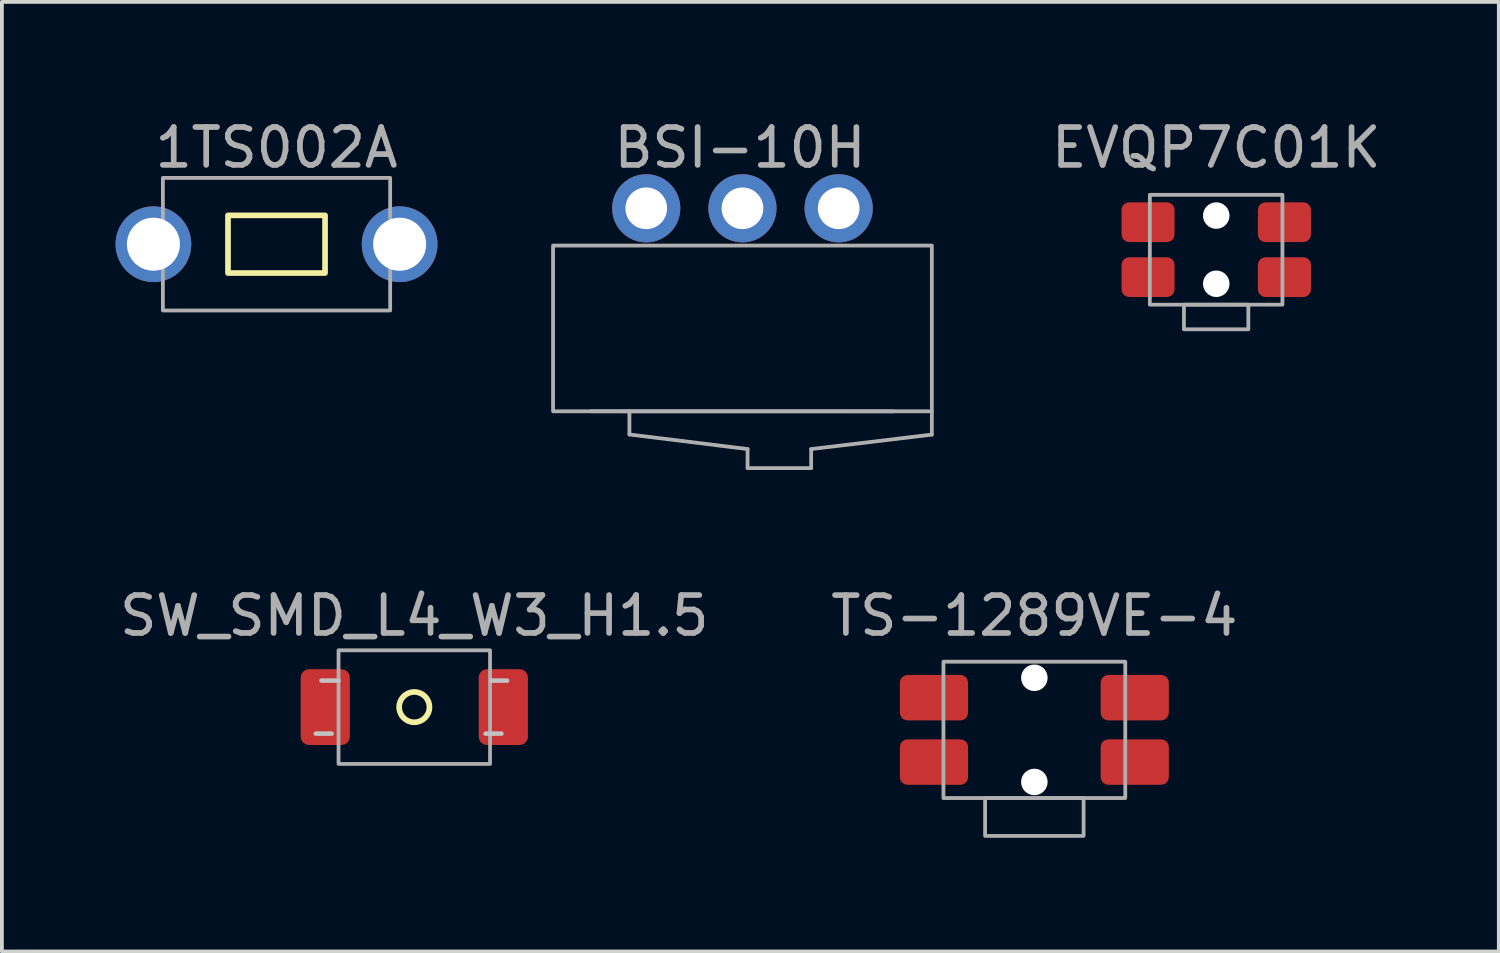
<source format=kicad_pcb>
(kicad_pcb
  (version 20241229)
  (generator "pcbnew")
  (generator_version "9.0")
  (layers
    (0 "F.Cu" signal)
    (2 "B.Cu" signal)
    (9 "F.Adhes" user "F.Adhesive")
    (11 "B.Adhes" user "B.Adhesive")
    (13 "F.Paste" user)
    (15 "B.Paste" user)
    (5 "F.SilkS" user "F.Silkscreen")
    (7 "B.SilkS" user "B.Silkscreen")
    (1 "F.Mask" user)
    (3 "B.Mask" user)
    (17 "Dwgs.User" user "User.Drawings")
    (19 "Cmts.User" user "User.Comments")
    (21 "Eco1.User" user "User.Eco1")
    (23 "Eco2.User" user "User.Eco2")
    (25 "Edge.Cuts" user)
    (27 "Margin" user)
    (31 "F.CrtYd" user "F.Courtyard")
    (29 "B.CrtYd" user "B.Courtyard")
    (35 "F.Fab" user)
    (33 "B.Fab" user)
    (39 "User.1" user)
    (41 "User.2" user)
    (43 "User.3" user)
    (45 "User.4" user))
  (footprint "SW_SMD_L4_W3_H1.5"
    (layer "F.Cu")
    (at 7.887 15.617)
    (property "Reference" "SW_SMD_L4_W3_H1.5" (at 0 -2.413 0) (layer "F.Fab") (effects (font (size 1 1) (thickness 0.15))))
    (attr through_hole)
    (fp_circle (center 0 0) (end 0.4 0) (stroke (width 0.15) (type solid)) (fill no) (layer "F.SilkS"))
    (fp_line (start -2.6 0.7) (end -2.182 0.7) (stroke (width 0.12) (type solid)) (layer "Dwgs.User"))
    (fp_line (start -2.45 -0.7) (end -2 -0.7) (stroke (width 0.12) (type solid)) (layer "Dwgs.User"))
    (fp_line (start 2.3 0.7) (end 1.882 0.7) (stroke (width 0.12) (type solid)) (layer "Dwgs.User"))
    (fp_line (start 2.45 -0.7) (end 2.032 -0.7) (stroke (width 0.12) (type solid)) (layer "Dwgs.User"))
    (fp_rect (start -2 -1.5) (end 2 1.5) (stroke (width 0.1) (type solid)) (fill no) (layer "F.Fab"))
    (pad "1" smd roundrect (at -2.35 0) (size 1.3 2) (layers "F.Cu" "F.Mask" "F.Paste") (roundrect_rratio 0.167))
    (pad "2" smd roundrect (at 2.35 0) (size 1.3 2) (layers "F.Cu" "F.Mask" "F.Paste") (roundrect_rratio 0.167)))
  (footprint "EVQP7C01K"
    (layer "F.Cu")
    (at 29.058 3.541)
    (property "Reference" "EVQP7C01K" (at 0 -2.692 0) (layer "F.Fab") (effects (font (size 1 1) (thickness 0.15))))
    (attr through_hole)
    (fp_rect (start -1.753 -1.448) (end 1.747 1.452) (stroke (width 0.1) (type solid)) (fill no) (layer "F.Fab"))
    (fp_rect (start -0.853 1.452) (end 0.847 2.102) (stroke (width 0.1) (type solid)) (fill no) (layer "F.Fab"))
    (pad "" np_thru_hole circle (at 0 -0.9) (size 0.7 0.7) (drill 0.7) (layers "*.Cu" "*.Mask"))
    (pad "" np_thru_hole circle (at 0 0.9) (size 0.7 0.7) (drill 0.7) (layers "*.Cu" "*.Mask"))
    (pad "1" smd roundrect (at -1.8 -0.725 90) (size 1.05 1.4) (layers "F.Cu" "F.Mask" "F.Paste") (roundrect_rratio 0.19))
    (pad "1" smd roundrect (at 1.8 -0.725 90) (size 1.05 1.4) (layers "F.Cu" "F.Mask" "F.Paste") (roundrect_rratio 0.19))
    (pad "2" smd roundrect (at -1.8 0.725 90) (size 1.05 1.4) (layers "F.Cu" "F.Mask" "F.Paste") (roundrect_rratio 0.19))
    (pad "2" smd roundrect (at 1.8 0.725 90) (size 1.05 1.4) (layers "F.Cu" "F.Mask" "F.Paste") (roundrect_rratio 0.19)))
  (footprint "TS-1289VE-4"
    (layer "F.Cu")
    (at 24.256 16.151)
    (property "Reference" "TS-1289VE-4" (at 0 -2.946 0) (unlocked yes) (layer "F.Fab") (effects (font (size 1 1) (thickness 0.15))))
    (attr through_hole)
    (fp_rect (start -2.4 -1.733) (end 2.4 1.867) (stroke (width 0.1) (type solid)) (fill no) (layer "F.Fab"))
    (fp_rect (start -1.3 1.867) (end 1.3 2.867) (stroke (width 0.1) (type solid)) (fill no) (layer "F.Fab"))
    (pad "" np_thru_hole circle (at 0 -1.308 180) (size 0.7 0.7) (drill 0.7) (layers "*.Cu" "*.Mask"))
    (pad "" np_thru_hole circle (at 0 1.442 180) (size 0.7 0.7) (drill 0.7) (layers "*.Cu" "*.Mask"))
    (pad "1" smd roundrect (at -2.65 -0.783 180) (size 1.8 1.2) (layers "F.Cu" "F.Mask" "F.Paste") (roundrect_rratio 0.167))
    (pad "1" smd roundrect (at 2.65 -0.783 180) (size 1.8 1.2) (layers "F.Cu" "F.Mask" "F.Paste") (roundrect_rratio 0.167))
    (pad "2" smd roundrect (at -2.65 0.917 180) (size 1.8 1.2) (layers "F.Cu" "F.Mask" "F.Paste") (roundrect_rratio 0.167))
    (pad "2" smd roundrect (at 2.65 0.917 180) (size 1.8 1.2) (layers "F.Cu" "F.Mask" "F.Paste") (roundrect_rratio 0.167)))
  (footprint "BSI-10H"
    (layer "F.Cu")
    (at 16.55 5.62)
    (property "Reference" "BSI-10H" (at -0.064 -4.771 0) (layer "F.Fab") (effects (font (size 1 1) (thickness 0.15))))
    (fp_line (start -3.992 2.187) (end 3.992 2.189) (stroke (width 0.1) (type default)) (layer "F.Fab"))
    (fp_line (start -2.984 2.8) (end -2.984 2.185) (stroke (width 0.1) (type solid)) (layer "F.Fab"))
    (fp_line (start 0.135 3.185) (end -2.984 2.8) (stroke (width 0.1) (type default)) (layer "F.Fab"))
    (fp_line (start 0.135 3.687) (end 0.135 3.185) (stroke (width 0.1) (type solid)) (layer "F.Fab"))
    (fp_line (start 1.814 3.687) (end 0.135 3.687) (stroke (width 0.1) (type solid)) (layer "F.Fab"))
    (fp_line (start 1.814 3.687) (end 1.814 3.185) (stroke (width 0.1) (type solid)) (layer "F.Fab"))
    (fp_line (start 5 2.803) (end 1.814 3.185) (stroke (width 0.1) (type default)) (layer "F.Fab"))
    (fp_line (start 5 2.803) (end 5 2.188) (stroke (width 0.1) (type solid)) (layer "F.Fab"))
    (fp_rect (start -5 -2.188) (end 5 2.188) (stroke (width 0.1) (type solid)) (fill no) (layer "F.Fab"))
    (fp_poly (pts (xy -2.24 -2.871) (xy -2.84 -2.871) (xy -2.84 -3.471) (xy -2.24 -3.471)) (stroke (width 0.1) (type default)) (fill no) (layer "User.1"))
    (fp_poly (pts (xy 0.3 -2.871) (xy -0.3 -2.871) (xy -0.3 -3.471) (xy 0.3 -3.471)) (stroke (width 0.1) (type default)) (fill no) (layer "User.1"))
    (fp_poly (pts (xy 2.84 -2.871) (xy 2.24 -2.871) (xy 2.24 -3.471) (xy 2.84 -3.471)) (stroke (width 0.1) (type default)) (fill no) (layer "User.1"))
    (pad "1" thru_hole circle (at 0 -3.171 180) (size 1.8 1.8) (drill 1.1) (layers "*.Cu" "*.Mask"))
    (pad "2" thru_hole circle (at 2.54 -3.171 180) (size 1.8 1.8) (drill 1.1) (layers "*.Cu" "*.Mask"))
    (pad "3" thru_hole circle (at -2.54 -3.171 180) (size 1.8 1.8) (drill 1.1) (layers "*.Cu" "*.Mask")))
  (footprint "1TS002A"
    (layer "F.Cu")
    (at 4.25 3.397)
    (property "Reference" "1TS002A" (at 0 -2.549 0) (layer "F.Fab") (effects (font (size 1 1) (thickness 0.15))))
    (fp_rect (start -1.281 -0.761) (end 1.281 0.761) (stroke (width 0.15) (type solid)) (fill no) (layer "F.SilkS"))
    (fp_rect (start -3 -1.75) (end 3 1.75) (stroke (width 0.1) (type solid)) (fill no) (layer "F.Fab"))
    (fp_poly (pts (xy -3.4 -0.5) (xy -3.4 0.5) (xy -2.99 0.5) (xy -2.99 -0.5)) (stroke (width 0.1) (type default)) (fill no) (layer "User.1"))
    (fp_poly (pts (xy -3.4 -0.5) (xy -3.1 -0.5) (xy -3.1 0.5) (xy -3.4 0.5)) (stroke (width 0.1) (type default)) (fill no) (layer "User.1"))
    (fp_poly (pts (xy 3.1 -0.5) (xy 3.4 -0.5) (xy 3.4 0.5) (xy 3.1 0.5)) (stroke (width 0.1) (type default)) (fill no) (layer "User.1"))
    (fp_poly (pts (xy 3.4 -0.5) (xy 3.4 0.5) (xy 2.99 0.5) (xy 2.99 -0.5)) (stroke (width 0.1) (type default)) (fill no) (layer "User.1"))
    (pad "1" thru_hole circle (at -3.25 0) (size 2 2) (drill 1.4) (layers "*.Cu" "*.Mask"))
    (pad "2" thru_hole circle (at 3.25 0) (size 2 2) (drill 1.4) (layers "*.Cu" "*.Mask")))
  (gr_rect
    (start -3 -3)
    (end 36.517 22.068)
    (stroke (width 0.1) (type default))
    (fill no)
    (layer "Edge.Cuts")))
</source>
